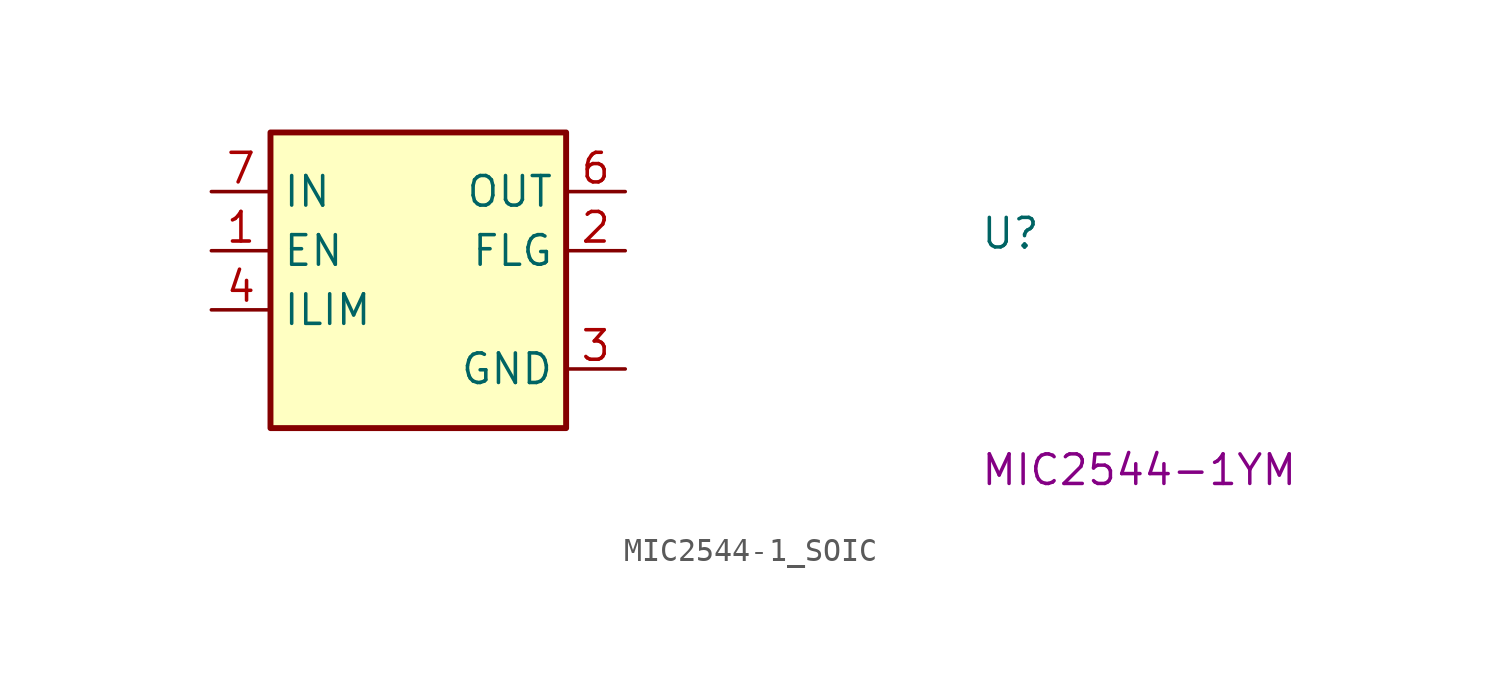
<source format=kicad_sym>
(kicad_symbol_lib
  (version 20211014)
  (generator kicad_symbol_editor)
  (symbol "MIC2544-1_SOIC"
    (property "Reference" "U"
      (at 33.02 -2.54 0)
      (effects (font (size 1.27 1.27) (thickness 0.15)) (justify left bottom)))
    (property "MPN" "MIC2544-1YM"
      (at 33.02 -12.7 0)
      (effects (font (size 1.27 1.27) (thickness 0.15)) (justify left bottom)))
    (symbol "MIC2544-1_SOIC_1_1"
      (rectangle (start 2.54 2.54) (end 15.24 -10.16) (stroke (width 0.254) (type default) (color 0 0 0 0)) (fill (type background)))
      (pin input line (at 0 -2.54 0) (length 2.54) (name "EN" (effects (font (size 1.27 1.27)))) (number "1" (effects (font (size 1.27 1.27)))))
      (pin output line (at 17.78 -2.54 180) (length 2.54) (name "FLG" (effects (font (size 1.27 1.27)))) (number "2" (effects (font (size 1.27 1.27)))))
      (pin power_in line (at 17.78 -7.62 180) (length 2.54) (name "GND" (effects (font (size 1.27 1.27)))) (number "3" (effects (font (size 1.27 1.27)))))
      (pin no_connect line (at 15.24 -5.08 180) (length 2.54) hide (name "NC" (effects (font (size 1.27 1.27)))) (number "3" (effects (font (size 1.27 1.27)))))
      (pin input line (at 0 -5.08 0) (length 2.54) (name "ILIM" (effects (font (size 1.27 1.27)))) (number "4" (effects (font (size 1.27 1.27)))))
      (pin output line (at 17.78 0 180) (length 2.54) (name "OUT" (effects (font (size 1.27 1.27)))) (number "6" (effects (font (size 1.27 1.27)))))
      (pin power_in line (at 0 0 0) (length 2.54) (name "IN" (effects (font (size 1.27 1.27)))) (number "7" (effects (font (size 1.27 1.27)))))
      (pin passive line (at 17.78 0 180) (length 2.54) hide (name "OUT" (effects (font (size 1.27 1.27)))) (number "8" (effects (font (size 1.27 1.27))))))))
</source>
